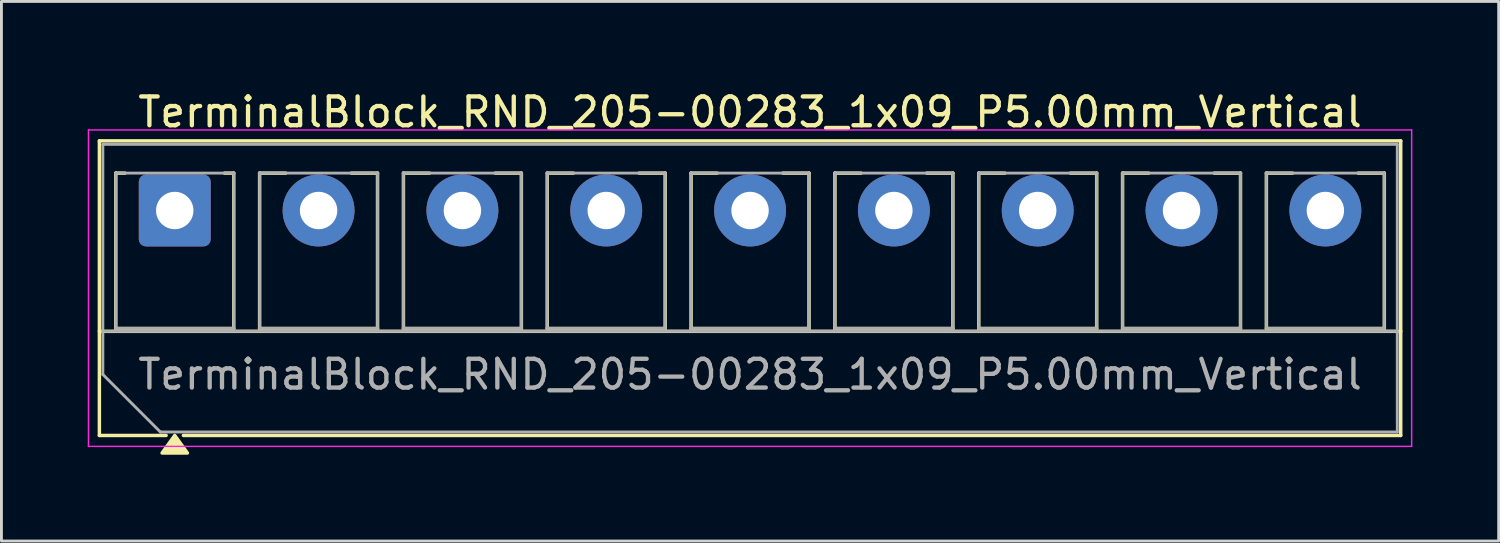
<source format=kicad_pcb>
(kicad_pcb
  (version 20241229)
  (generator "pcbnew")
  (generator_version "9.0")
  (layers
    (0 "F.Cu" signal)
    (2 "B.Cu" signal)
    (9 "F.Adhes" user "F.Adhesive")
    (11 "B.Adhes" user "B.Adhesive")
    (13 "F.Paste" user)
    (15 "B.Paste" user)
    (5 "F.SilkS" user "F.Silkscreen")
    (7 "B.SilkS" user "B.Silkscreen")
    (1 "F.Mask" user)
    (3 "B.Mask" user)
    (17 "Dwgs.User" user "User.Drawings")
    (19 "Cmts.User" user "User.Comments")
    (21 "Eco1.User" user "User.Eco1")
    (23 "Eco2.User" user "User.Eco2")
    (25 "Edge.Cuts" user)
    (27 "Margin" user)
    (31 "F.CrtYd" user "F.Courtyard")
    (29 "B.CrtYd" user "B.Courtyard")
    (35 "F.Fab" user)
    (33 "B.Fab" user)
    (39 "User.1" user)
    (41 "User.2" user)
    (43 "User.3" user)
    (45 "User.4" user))
  (footprint "TerminalBlock_RND_205-00283_1x09_P5.00mm_Vertical"
    (layer "F.Cu")
    (at 3.025 4.268)
    (property "Reference" "TerminalBlock_RND_205-00283_1x09_P5.00mm_Vertical" (at 20 -3.42 0) (layer "F.SilkS") (effects (font (size 1 1) (thickness 0.15))))
    (attr through_hole)
    (fp_line (start -2.62 -2.42) (end -2.62 7.82) (stroke (width 0.12) (type solid)) (layer "F.SilkS"))
    (fp_line (start -2.62 -2.42) (end 42.62 -2.42) (stroke (width 0.12) (type solid)) (layer "F.SilkS"))
    (fp_line (start -2.62 4.2) (end 42.62 4.2) (stroke (width 0.12) (type solid)) (layer "F.SilkS"))
    (fp_line (start -2.62 7.82) (end -0.3 7.82) (stroke (width 0.12) (type solid)) (layer "F.SilkS"))
    (fp_line (start -2.05 -1.3) (end -2.05 4.1) (stroke (width 0.12) (type solid)) (layer "F.SilkS"))
    (fp_line (start -2.05 -1.3) (end -1.73 -1.3) (stroke (width 0.12) (type solid)) (layer "F.SilkS"))
    (fp_line (start -2.05 4.1) (end 2.05 4.1) (stroke (width 0.12) (type solid)) (layer "F.SilkS"))
    (fp_line (start 0.3 7.82) (end 42.62 7.82) (stroke (width 0.12) (type solid)) (layer "F.SilkS"))
    (fp_line (start 1.73 -1.3) (end 2.05 -1.3) (stroke (width 0.12) (type solid)) (layer "F.SilkS"))
    (fp_line (start 2.05 -1.3) (end 2.05 4.1) (stroke (width 0.12) (type solid)) (layer "F.SilkS"))
    (fp_line (start 2.95 -1.3) (end 2.95 4.1) (stroke (width 0.12) (type solid)) (layer "F.SilkS"))
    (fp_line (start 2.95 -1.3) (end 3.859 -1.3) (stroke (width 0.12) (type solid)) (layer "F.SilkS"))
    (fp_line (start 2.95 4.1) (end 7.05 4.1) (stroke (width 0.12) (type solid)) (layer "F.SilkS"))
    (fp_line (start 6.141 -1.3) (end 7.05 -1.3) (stroke (width 0.12) (type solid)) (layer "F.SilkS"))
    (fp_line (start 7.05 -1.3) (end 7.05 4.1) (stroke (width 0.12) (type solid)) (layer "F.SilkS"))
    (fp_line (start 7.95 -1.3) (end 7.95 4.1) (stroke (width 0.12) (type solid)) (layer "F.SilkS"))
    (fp_line (start 7.95 -1.3) (end 8.859 -1.3) (stroke (width 0.12) (type solid)) (layer "F.SilkS"))
    (fp_line (start 7.95 4.1) (end 12.05 4.1) (stroke (width 0.12) (type solid)) (layer "F.SilkS"))
    (fp_line (start 11.141 -1.3) (end 12.05 -1.3) (stroke (width 0.12) (type solid)) (layer "F.SilkS"))
    (fp_line (start 12.05 -1.3) (end 12.05 4.1) (stroke (width 0.12) (type solid)) (layer "F.SilkS"))
    (fp_line (start 12.95 -1.3) (end 12.95 4.1) (stroke (width 0.12) (type solid)) (layer "F.SilkS"))
    (fp_line (start 12.95 -1.3) (end 13.859 -1.3) (stroke (width 0.12) (type solid)) (layer "F.SilkS"))
    (fp_line (start 12.95 4.1) (end 17.05 4.1) (stroke (width 0.12) (type solid)) (layer "F.SilkS"))
    (fp_line (start 16.141 -1.3) (end 17.05 -1.3) (stroke (width 0.12) (type solid)) (layer "F.SilkS"))
    (fp_line (start 17.05 -1.3) (end 17.05 4.1) (stroke (width 0.12) (type solid)) (layer "F.SilkS"))
    (fp_line (start 17.95 -1.3) (end 17.95 4.1) (stroke (width 0.12) (type solid)) (layer "F.SilkS"))
    (fp_line (start 17.95 -1.3) (end 18.859 -1.3) (stroke (width 0.12) (type solid)) (layer "F.SilkS"))
    (fp_line (start 17.95 4.1) (end 22.05 4.1) (stroke (width 0.12) (type solid)) (layer "F.SilkS"))
    (fp_line (start 21.141 -1.3) (end 22.05 -1.3) (stroke (width 0.12) (type solid)) (layer "F.SilkS"))
    (fp_line (start 22.05 -1.3) (end 22.05 4.1) (stroke (width 0.12) (type solid)) (layer "F.SilkS"))
    (fp_line (start 22.95 -1.3) (end 22.95 4.1) (stroke (width 0.12) (type solid)) (layer "F.SilkS"))
    (fp_line (start 22.95 -1.3) (end 23.859 -1.3) (stroke (width 0.12) (type solid)) (layer "F.SilkS"))
    (fp_line (start 22.95 4.1) (end 27.05 4.1) (stroke (width 0.12) (type solid)) (layer "F.SilkS"))
    (fp_line (start 26.141 -1.3) (end 27.05 -1.3) (stroke (width 0.12) (type solid)) (layer "F.SilkS"))
    (fp_line (start 27.05 -1.3) (end 27.05 4.1) (stroke (width 0.12) (type solid)) (layer "F.SilkS"))
    (fp_line (start 27.95 -1.3) (end 27.95 4.1) (stroke (width 0.12) (type solid)) (layer "F.SilkS"))
    (fp_line (start 27.95 -1.3) (end 28.859 -1.3) (stroke (width 0.12) (type solid)) (layer "F.SilkS"))
    (fp_line (start 27.95 4.1) (end 32.05 4.1) (stroke (width 0.12) (type solid)) (layer "F.SilkS"))
    (fp_line (start 31.141 -1.3) (end 32.05 -1.3) (stroke (width 0.12) (type solid)) (layer "F.SilkS"))
    (fp_line (start 32.05 -1.3) (end 32.05 4.1) (stroke (width 0.12) (type solid)) (layer "F.SilkS"))
    (fp_line (start 32.95 -1.3) (end 32.95 4.1) (stroke (width 0.12) (type solid)) (layer "F.SilkS"))
    (fp_line (start 32.95 -1.3) (end 33.859 -1.3) (stroke (width 0.12) (type solid)) (layer "F.SilkS"))
    (fp_line (start 32.95 4.1) (end 37.05 4.1) (stroke (width 0.12) (type solid)) (layer "F.SilkS"))
    (fp_line (start 36.141 -1.3) (end 37.05 -1.3) (stroke (width 0.12) (type solid)) (layer "F.SilkS"))
    (fp_line (start 37.05 -1.3) (end 37.05 4.1) (stroke (width 0.12) (type solid)) (layer "F.SilkS"))
    (fp_line (start 37.95 -1.3) (end 37.95 4.1) (stroke (width 0.12) (type solid)) (layer "F.SilkS"))
    (fp_line (start 37.95 -1.3) (end 38.859 -1.3) (stroke (width 0.12) (type solid)) (layer "F.SilkS"))
    (fp_line (start 37.95 4.1) (end 42.05 4.1) (stroke (width 0.12) (type solid)) (layer "F.SilkS"))
    (fp_line (start 41.141 -1.3) (end 42.05 -1.3) (stroke (width 0.12) (type solid)) (layer "F.SilkS"))
    (fp_line (start 42.05 -1.3) (end 42.05 4.1) (stroke (width 0.12) (type solid)) (layer "F.SilkS"))
    (fp_line (start 42.62 -2.42) (end 42.62 7.82) (stroke (width 0.12) (type solid)) (layer "F.SilkS"))
    (fp_poly (pts (xy 0 7.82) (xy 0.44 8.43) (xy -0.44 8.43)) (stroke (width 0.12) (type solid)) (fill yes) (layer "F.SilkS"))
    (fp_line (start -3 -2.8) (end -3 8.2) (stroke (width 0.05) (type solid)) (layer "F.CrtYd"))
    (fp_line (start -3 8.2) (end 43 8.2) (stroke (width 0.05) (type solid)) (layer "F.CrtYd"))
    (fp_line (start 43 -2.8) (end -3 -2.8) (stroke (width 0.05) (type solid)) (layer "F.CrtYd"))
    (fp_line (start 43 8.2) (end 43 -2.8) (stroke (width 0.05) (type solid)) (layer "F.CrtYd"))
    (fp_line (start -2.5 -2.3) (end 42.5 -2.3) (stroke (width 0.1) (type solid)) (layer "F.Fab"))
    (fp_line (start -2.5 4.2) (end 42.5 4.2) (stroke (width 0.1) (type solid)) (layer "F.Fab"))
    (fp_line (start -2.5 5.7) (end -2.5 -2.3) (stroke (width 0.1) (type solid)) (layer "F.Fab"))
    (fp_line (start -2.05 -1.3) (end -2.05 4.1) (stroke (width 0.1) (type solid)) (layer "F.Fab"))
    (fp_line (start -2.05 4.1) (end 2.05 4.1) (stroke (width 0.1) (type solid)) (layer "F.Fab"))
    (fp_line (start -0.5 7.7) (end -2.5 5.7) (stroke (width 0.1) (type solid)) (layer "F.Fab"))
    (fp_line (start 2.05 -1.3) (end -2.05 -1.3) (stroke (width 0.1) (type solid)) (layer "F.Fab"))
    (fp_line (start 2.05 4.1) (end 2.05 -1.3) (stroke (width 0.1) (type solid)) (layer "F.Fab"))
    (fp_line (start 2.95 -1.3) (end 2.95 4.1) (stroke (width 0.1) (type solid)) (layer "F.Fab"))
    (fp_line (start 2.95 4.1) (end 7.05 4.1) (stroke (width 0.1) (type solid)) (layer "F.Fab"))
    (fp_line (start 7.05 -1.3) (end 2.95 -1.3) (stroke (width 0.1) (type solid)) (layer "F.Fab"))
    (fp_line (start 7.05 4.1) (end 7.05 -1.3) (stroke (width 0.1) (type solid)) (layer "F.Fab"))
    (fp_line (start 7.95 -1.3) (end 7.95 4.1) (stroke (width 0.1) (type solid)) (layer "F.Fab"))
    (fp_line (start 7.95 4.1) (end 12.05 4.1) (stroke (width 0.1) (type solid)) (layer "F.Fab"))
    (fp_line (start 12.05 -1.3) (end 7.95 -1.3) (stroke (width 0.1) (type solid)) (layer "F.Fab"))
    (fp_line (start 12.05 4.1) (end 12.05 -1.3) (stroke (width 0.1) (type solid)) (layer "F.Fab"))
    (fp_line (start 12.95 -1.3) (end 12.95 4.1) (stroke (width 0.1) (type solid)) (layer "F.Fab"))
    (fp_line (start 12.95 4.1) (end 17.05 4.1) (stroke (width 0.1) (type solid)) (layer "F.Fab"))
    (fp_line (start 17.05 -1.3) (end 12.95 -1.3) (stroke (width 0.1) (type solid)) (layer "F.Fab"))
    (fp_line (start 17.05 4.1) (end 17.05 -1.3) (stroke (width 0.1) (type solid)) (layer "F.Fab"))
    (fp_line (start 17.95 -1.3) (end 17.95 4.1) (stroke (width 0.1) (type solid)) (layer "F.Fab"))
    (fp_line (start 17.95 4.1) (end 22.05 4.1) (stroke (width 0.1) (type solid)) (layer "F.Fab"))
    (fp_line (start 22.05 -1.3) (end 17.95 -1.3) (stroke (width 0.1) (type solid)) (layer "F.Fab"))
    (fp_line (start 22.05 4.1) (end 22.05 -1.3) (stroke (width 0.1) (type solid)) (layer "F.Fab"))
    (fp_line (start 22.95 -1.3) (end 22.95 4.1) (stroke (width 0.1) (type solid)) (layer "F.Fab"))
    (fp_line (start 22.95 4.1) (end 27.05 4.1) (stroke (width 0.1) (type solid)) (layer "F.Fab"))
    (fp_line (start 27.05 -1.3) (end 22.95 -1.3) (stroke (width 0.1) (type solid)) (layer "F.Fab"))
    (fp_line (start 27.05 4.1) (end 27.05 -1.3) (stroke (width 0.1) (type solid)) (layer "F.Fab"))
    (fp_line (start 27.95 -1.3) (end 27.95 4.1) (stroke (width 0.1) (type solid)) (layer "F.Fab"))
    (fp_line (start 27.95 4.1) (end 32.05 4.1) (stroke (width 0.1) (type solid)) (layer "F.Fab"))
    (fp_line (start 32.05 -1.3) (end 27.95 -1.3) (stroke (width 0.1) (type solid)) (layer "F.Fab"))
    (fp_line (start 32.05 4.1) (end 32.05 -1.3) (stroke (width 0.1) (type solid)) (layer "F.Fab"))
    (fp_line (start 32.95 -1.3) (end 32.95 4.1) (stroke (width 0.1) (type solid)) (layer "F.Fab"))
    (fp_line (start 32.95 4.1) (end 37.05 4.1) (stroke (width 0.1) (type solid)) (layer "F.Fab"))
    (fp_line (start 37.05 -1.3) (end 32.95 -1.3) (stroke (width 0.1) (type solid)) (layer "F.Fab"))
    (fp_line (start 37.05 4.1) (end 37.05 -1.3) (stroke (width 0.1) (type solid)) (layer "F.Fab"))
    (fp_line (start 37.95 -1.3) (end 37.95 4.1) (stroke (width 0.1) (type solid)) (layer "F.Fab"))
    (fp_line (start 37.95 4.1) (end 42.05 4.1) (stroke (width 0.1) (type solid)) (layer "F.Fab"))
    (fp_line (start 42.05 -1.3) (end 37.95 -1.3) (stroke (width 0.1) (type solid)) (layer "F.Fab"))
    (fp_line (start 42.05 4.1) (end 42.05 -1.3) (stroke (width 0.1) (type solid)) (layer "F.Fab"))
    (fp_line (start 42.5 -2.3) (end 42.5 7.7) (stroke (width 0.1) (type solid)) (layer "F.Fab"))
    (fp_line (start 42.5 7.7) (end -0.5 7.7) (stroke (width 0.1) (type solid)) (layer "F.Fab"))
    (fp_text user "${REFERENCE}" (at 20 5.7 0) (layer "F.Fab") (effects (font (size 1 1) (thickness 0.15))))
    (pad "1" thru_hole roundrect (at 0 0) (size 2.5 2.5) (drill 1.3) (layers "*.Cu" "*.Mask") (roundrect_rratio 0.1))
    (pad "2" thru_hole circle (at 5 0) (size 2.5 2.5) (drill 1.3) (layers "*.Cu" "*.Mask"))
    (pad "3" thru_hole circle (at 10 0) (size 2.5 2.5) (drill 1.3) (layers "*.Cu" "*.Mask"))
    (pad "4" thru_hole circle (at 15 0) (size 2.5 2.5) (drill 1.3) (layers "*.Cu" "*.Mask"))
    (pad "5" thru_hole circle (at 20 0) (size 2.5 2.5) (drill 1.3) (layers "*.Cu" "*.Mask"))
    (pad "6" thru_hole circle (at 25 0) (size 2.5 2.5) (drill 1.3) (layers "*.Cu" "*.Mask"))
    (pad "7" thru_hole circle (at 30 0) (size 2.5 2.5) (drill 1.3) (layers "*.Cu" "*.Mask"))
    (pad "8" thru_hole circle (at 35 0) (size 2.5 2.5) (drill 1.3) (layers "*.Cu" "*.Mask"))
    (pad "9" thru_hole circle (at 40 0) (size 2.5 2.5) (drill 1.3) (layers "*.Cu" "*.Mask")))
  (gr_rect
    (start -3 -3)
    (end 49.05 15.758)
    (stroke (width 0.1) (type default))
    (fill no)
    (layer "Edge.Cuts")))
</source>
